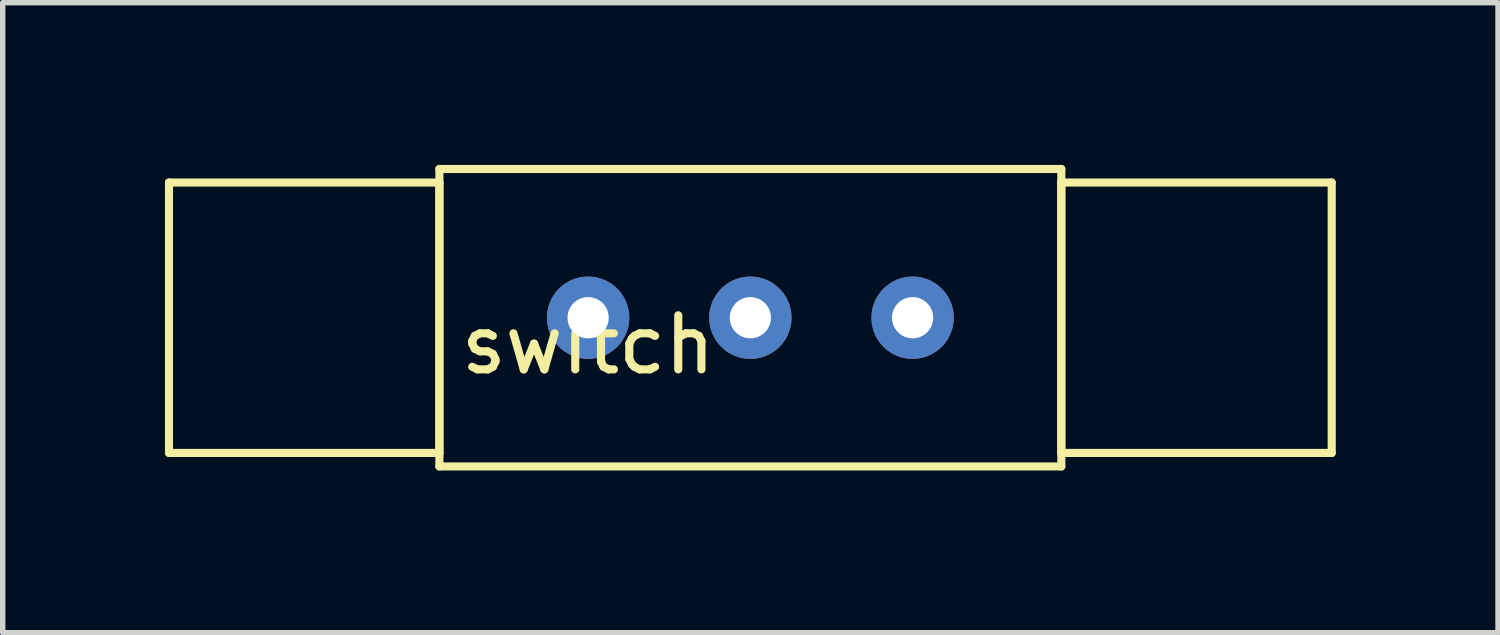
<source format=kicad_pcb>
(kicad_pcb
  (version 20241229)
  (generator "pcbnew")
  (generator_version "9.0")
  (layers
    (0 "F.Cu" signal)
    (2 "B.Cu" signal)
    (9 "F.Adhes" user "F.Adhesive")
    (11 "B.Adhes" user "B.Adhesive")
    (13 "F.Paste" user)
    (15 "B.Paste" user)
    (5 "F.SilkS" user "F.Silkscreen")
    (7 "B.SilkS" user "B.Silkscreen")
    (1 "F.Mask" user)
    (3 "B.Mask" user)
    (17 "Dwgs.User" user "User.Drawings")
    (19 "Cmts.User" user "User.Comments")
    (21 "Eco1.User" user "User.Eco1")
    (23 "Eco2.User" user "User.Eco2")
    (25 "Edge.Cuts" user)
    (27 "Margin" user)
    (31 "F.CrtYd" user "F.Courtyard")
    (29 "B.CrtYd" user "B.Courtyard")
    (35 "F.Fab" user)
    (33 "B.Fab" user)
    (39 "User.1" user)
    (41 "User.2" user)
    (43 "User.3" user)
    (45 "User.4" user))
  (footprint "switch"
    (layer "F.Cu")
    (at 7.825 2.825)
    (property "Reference" "switch" (at 0 0.5 0) (layer "F.SilkS") (effects (font (size 1 1) (thickness 0.15))))
    (attr through_hole)
    (fp_line (start -7.75 -2.5) (end -2.75 -2.5) (stroke (width 0.15) (type solid)) (layer "F.SilkS"))
    (fp_line (start -7.75 2.5) (end -7.75 -2.5) (stroke (width 0.15) (type solid)) (layer "F.SilkS"))
    (fp_line (start -2.75 -2.75) (end 8.75 -2.75) (stroke (width 0.15) (type solid)) (layer "F.SilkS"))
    (fp_line (start -2.75 -2.5) (end -2.75 2.5) (stroke (width 0.15) (type solid)) (layer "F.SilkS"))
    (fp_line (start -2.75 2.5) (end -7.75 2.5) (stroke (width 0.15) (type solid)) (layer "F.SilkS"))
    (fp_line (start -2.75 2.75) (end -2.75 -2.75) (stroke (width 0.15) (type solid)) (layer "F.SilkS"))
    (fp_line (start 8.75 -2.75) (end 8.75 2.75) (stroke (width 0.15) (type solid)) (layer "F.SilkS"))
    (fp_line (start 8.75 -2.5) (end 13.75 -2.5) (stroke (width 0.15) (type solid)) (layer "F.SilkS"))
    (fp_line (start 8.75 2.5) (end 8.75 -2.5) (stroke (width 0.15) (type solid)) (layer "F.SilkS"))
    (fp_line (start 8.75 2.75) (end -2.75 2.75) (stroke (width 0.15) (type solid)) (layer "F.SilkS"))
    (fp_line (start 13.75 -2.5) (end 13.75 2.5) (stroke (width 0.15) (type solid)) (layer "F.SilkS"))
    (fp_line (start 13.75 2.5) (end 8.75 2.5) (stroke (width 0.15) (type solid)) (layer "F.SilkS"))
    (pad "1" thru_hole circle (at 0 0) (size 1.524 1.524) (drill 0.762) (layers "*.Cu" "*.Mask"))
    (pad "2" thru_hole circle (at 3 0) (size 1.524 1.524) (drill 0.762) (layers "*.Cu" "*.Mask"))
    (pad "3" thru_hole circle (at 6 0) (size 1.524 1.524) (drill 0.762) (layers "*.Cu" "*.Mask")))
  (gr_rect
    (start -3 -3)
    (end 24.65 8.65)
    (stroke (width 0.1) (type default))
    (fill no)
    (layer "Edge.Cuts")))
</source>
